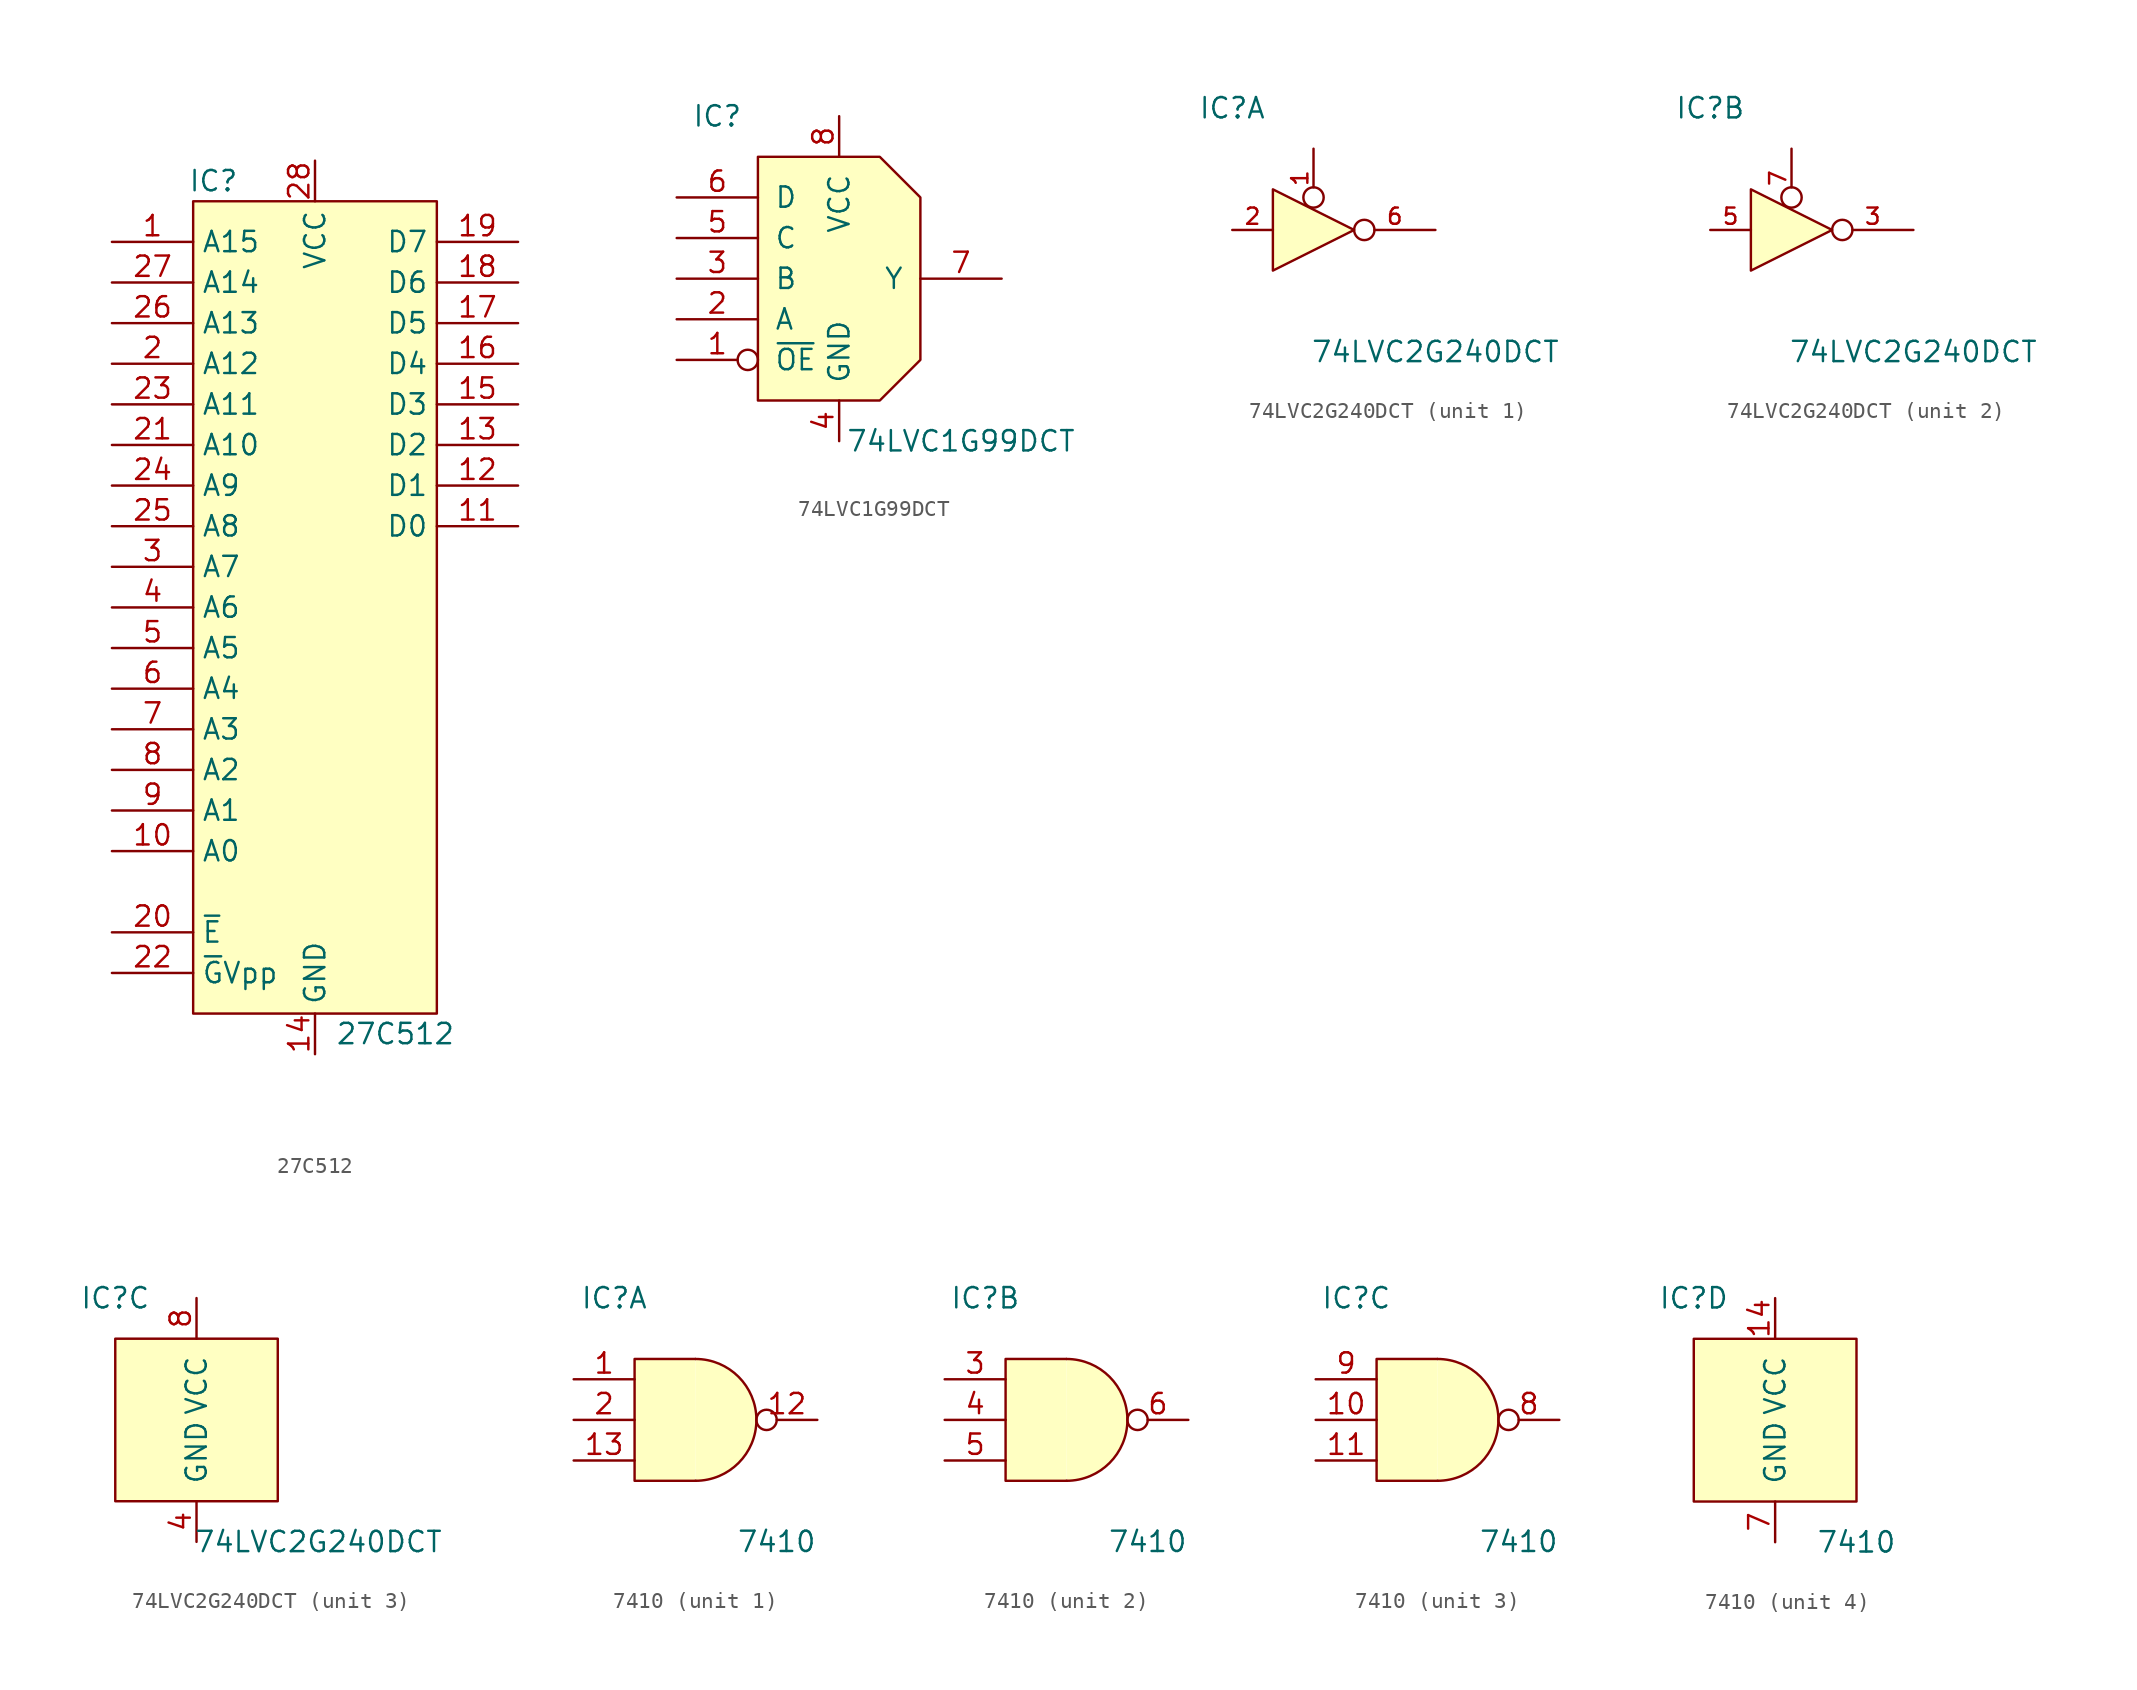
<source format=kicad_sym>
(kicad_symbol_lib
  (version 20211014)
  (generator kicad_symbol_editor)
  (symbol "27C512"
    (property "Reference" "IC"
      (at -6.35 26.67 0)
      (effects (font (size 1.27 1.27))))
    (property "Value" "27C512"
      (at 1.27 -26.67 0)
      (effects (font (size 1.27 1.27)) (justify left)))
    (symbol "27C512_1_1"
      (rectangle (start -7.62 25.4) (end 7.62 -25.4) (stroke (width 0.152) (type default) (color 0 0 0 0)) (fill (type background)))
      (pin input line (at -12.7 22.86 0) (length 5.08) (name "A15" (effects (font (size 1.27 1.27)))) (number "1" (effects (font (size 1.27 1.27)))))
      (pin input line (at -12.7 -15.24 0) (length 5.08) (name "A0" (effects (font (size 1.27 1.27)))) (number "10" (effects (font (size 1.27 1.27)))))
      (pin tri_state line (at 12.7 5.08 180) (length 5.08) (name "D0" (effects (font (size 1.27 1.27)))) (number "11" (effects (font (size 1.27 1.27)))))
      (pin tri_state line (at 12.7 7.62 180) (length 5.08) (name "D1" (effects (font (size 1.27 1.27)))) (number "12" (effects (font (size 1.27 1.27)))))
      (pin tri_state line (at 12.7 10.16 180) (length 5.08) (name "D2" (effects (font (size 1.27 1.27)))) (number "13" (effects (font (size 1.27 1.27)))))
      (pin power_in line (at 0 -27.94 90) (length 2.54) (name "GND" (effects (font (size 1.27 1.27)))) (number "14" (effects (font (size 1.27 1.27)))))
      (pin tri_state line (at 12.7 12.7 180) (length 5.08) (name "D3" (effects (font (size 1.27 1.27)))) (number "15" (effects (font (size 1.27 1.27)))))
      (pin tri_state line (at 12.7 15.24 180) (length 5.08) (name "D4" (effects (font (size 1.27 1.27)))) (number "16" (effects (font (size 1.27 1.27)))))
      (pin tri_state line (at 12.7 17.78 180) (length 5.08) (name "D5" (effects (font (size 1.27 1.27)))) (number "17" (effects (font (size 1.27 1.27)))))
      (pin tri_state line (at 12.7 20.32 180) (length 5.08) (name "D6" (effects (font (size 1.27 1.27)))) (number "18" (effects (font (size 1.27 1.27)))))
      (pin tri_state line (at 12.7 22.86 180) (length 5.08) (name "D7" (effects (font (size 1.27 1.27)))) (number "19" (effects (font (size 1.27 1.27)))))
      (pin input line (at -12.7 15.24 0) (length 5.08) (name "A12" (effects (font (size 1.27 1.27)))) (number "2" (effects (font (size 1.27 1.27)))))
      (pin input line (at -12.7 -20.32 0) (length 5.08) (name "~{E}" (effects (font (size 1.27 1.27)))) (number "20" (effects (font (size 1.27 1.27)))))
      (pin input line (at -12.7 10.16 0) (length 5.08) (name "A10" (effects (font (size 1.27 1.27)))) (number "21" (effects (font (size 1.27 1.27)))))
      (pin input line (at -12.7 -22.86 0) (length 5.08) (name "~{G}Vpp" (effects (font (size 1.27 1.27)))) (number "22" (effects (font (size 1.27 1.27)))))
      (pin input line (at -12.7 12.7 0) (length 5.08) (name "A11" (effects (font (size 1.27 1.27)))) (number "23" (effects (font (size 1.27 1.27)))))
      (pin input line (at -12.7 7.62 0) (length 5.08) (name "A9" (effects (font (size 1.27 1.27)))) (number "24" (effects (font (size 1.27 1.27)))))
      (pin input line (at -12.7 5.08 0) (length 5.08) (name "A8" (effects (font (size 1.27 1.27)))) (number "25" (effects (font (size 1.27 1.27)))))
      (pin input line (at -12.7 17.78 0) (length 5.08) (name "A13" (effects (font (size 1.27 1.27)))) (number "26" (effects (font (size 1.27 1.27)))))
      (pin input line (at -12.7 20.32 0) (length 5.08) (name "A14" (effects (font (size 1.27 1.27)))) (number "27" (effects (font (size 1.27 1.27)))))
      (pin power_in line (at 0 27.94 270) (length 2.54) (name "VCC" (effects (font (size 1.27 1.27)))) (number "28" (effects (font (size 1.27 1.27)))))
      (pin input line (at -12.7 2.54 0) (length 5.08) (name "A7" (effects (font (size 1.27 1.27)))) (number "3" (effects (font (size 1.27 1.27)))))
      (pin input line (at -12.7 0 0) (length 5.08) (name "A6" (effects (font (size 1.27 1.27)))) (number "4" (effects (font (size 1.27 1.27)))))
      (pin input line (at -12.7 -2.54 0) (length 5.08) (name "A5" (effects (font (size 1.27 1.27)))) (number "5" (effects (font (size 1.27 1.27)))))
      (pin input line (at -12.7 -5.08 0) (length 5.08) (name "A4" (effects (font (size 1.27 1.27)))) (number "6" (effects (font (size 1.27 1.27)))))
      (pin input line (at -12.7 -7.62 0) (length 5.08) (name "A3" (effects (font (size 1.27 1.27)))) (number "7" (effects (font (size 1.27 1.27)))))
      (pin input line (at -12.7 -10.16 0) (length 5.08) (name "A2" (effects (font (size 1.27 1.27)))) (number "8" (effects (font (size 1.27 1.27)))))
      (pin input line (at -12.7 -12.7 0) (length 5.08) (name "A1" (effects (font (size 1.27 1.27)))) (number "9" (effects (font (size 1.27 1.27)))))))
  (symbol "74LVC1G99DCT"
    (pin_names
      (offset 1.016))
    (property "Reference" "IC"
      (at -7.62 10.16 0)
      (effects (font (size 1.27 1.27))))
    (property "Value" "74LVC1G99DCT"
      (at 7.62 -10.16 0)
      (effects (font (size 1.27 1.27))))
    (symbol "74LVC1G99DCT_0_1"
      (polyline (pts (xy -5.08 7.62) (xy -5.08 -7.62) (xy 2.54 -7.62) (xy 5.08 -5.08) (xy 5.08 5.08) (xy 2.54 7.62) (xy -5.08 7.62)) (stroke (width 0.152) (type default) (color 0 0 0 0)) (fill (type background))))
    (symbol "74LVC1G99DCT_1_0"
      (pin input inverted (at -10.16 -5.08 0) (length 5.08) (name "~{OE}" (effects (font (size 1.27 1.27)))) (number "1" (effects (font (size 1.27 1.27)))))
      (pin input line (at -10.16 -2.54 0) (length 5.08) (name "A" (effects (font (size 1.27 1.27)))) (number "2" (effects (font (size 1.27 1.27)))))
      (pin input line (at -10.16 0 0) (length 5.08) (name "B" (effects (font (size 1.27 1.27)))) (number "3" (effects (font (size 1.27 1.27)))))
      (pin power_in line (at 0 -10.16 90) (length 2.54) (name "GND" (effects (font (size 1.27 1.27)))) (number "4" (effects (font (size 1.27 1.27)))))
      (pin input line (at -10.16 2.54 0) (length 5.08) (name "C" (effects (font (size 1.27 1.27)))) (number "5" (effects (font (size 1.27 1.27)))))
      (pin input line (at -10.16 5.08 0) (length 5.08) (name "D" (effects (font (size 1.27 1.27)))) (number "6" (effects (font (size 1.27 1.27)))))
      (pin output line (at 10.16 0 180) (length 5.08) (name "Y" (effects (font (size 1.27 1.27)))) (number "7" (effects (font (size 1.27 1.27)))))
      (pin power_in line (at 0 10.16 270) (length 2.54) (name "VCC" (effects (font (size 1.27 1.27)))) (number "8" (effects (font (size 1.27 1.27)))))))
  (symbol "74LVC2G240DCT"
    (pin_names
      (offset 1.016))
    (property "Reference" "IC"
      (at -5.08 7.62 0)
      (effects (font (size 1.27 1.27))))
    (property "Value" "74LVC2G240DCT"
      (at 7.62 -7.62 0)
      (effects (font (size 1.27 1.27))))
    (property "ki_locked" ""
      (at 0 0 0)
      (effects (font (size 1.27 1.27))))
    (symbol "74LVC2G240DCT_1_0"
      (polyline (pts (xy -2.54 2.54) (xy -2.54 -2.54) (xy 2.54 0) (xy -2.54 2.54)) (stroke (width 0.152) (type default) (color 0 0 0 0)) (fill (type background))))
    (symbol "74LVC2G240DCT_1_1"
      (pin input inverted (at 0 5.08 270) (length 3.683) (name "" (effects (font (size 1.016 1.016)))) (number "1" (effects (font (size 1.016 1.016)))))
      (pin input line (at -5.08 0 0) (length 2.54) (name "" (effects (font (size 1.016 1.016)))) (number "2" (effects (font (size 1.016 1.016)))))
      (pin tri_state inverted (at 7.62 0 180) (length 5.08) (name "" (effects (font (size 1.016 1.016)))) (number "6" (effects (font (size 1.016 1.016))))))
    (symbol "74LVC2G240DCT_2_0"
      (polyline (pts (xy -2.54 2.54) (xy -2.54 -2.54) (xy 2.54 0) (xy -2.54 2.54)) (stroke (width 0.152) (type default) (color 0 0 0 0)) (fill (type background))))
    (symbol "74LVC2G240DCT_2_1"
      (pin tri_state inverted (at 7.62 0 180) (length 5.08) (name "" (effects (font (size 1.016 1.016)))) (number "3" (effects (font (size 1.016 1.016)))))
      (pin input line (at -5.08 0 0) (length 2.54) (name "" (effects (font (size 1.016 1.016)))) (number "5" (effects (font (size 1.016 1.016)))))
      (pin input inverted (at 0 5.08 270) (length 3.683) (name "" (effects (font (size 1.016 1.016)))) (number "7" (effects (font (size 1.016 1.016))))))
    (symbol "74LVC2G240DCT_3_0"
      (pin power_in line (at 0 -7.62 90) (length 2.54) (name "GND" (effects (font (size 1.27 1.27)))) (number "4" (effects (font (size 1.27 1.27)))))
      (pin power_in line (at 0 7.62 270) (length 2.54) (name "VCC" (effects (font (size 1.27 1.27)))) (number "8" (effects (font (size 1.27 1.27))))))
    (symbol "74LVC2G240DCT_3_1"
      (rectangle (start -5.08 5.08) (end 5.08 -5.08) (stroke (width 0.152) (type default) (color 0 0 0 0)) (fill (type background)))))
  (symbol "7410"
    (pin_names
      (offset 1.016))
    (property "Reference" "IC"
      (at -5.08 7.62 0)
      (effects (font (size 1.27 1.27))))
    (property "Value" "7410"
      (at 5.08 -7.62 0)
      (effects (font (size 1.27 1.27))))
    (property "ki_locked" ""
      (at 0 0 0)
      (effects (font (size 1.27 1.27))))
    (symbol "7410_1_1"
      (arc (start 0 -3.81) (mid 3.81 0) (end 0 3.81) (stroke (width 0.1524) (type default) (color 0 0 0 0)) (fill (type background)))
      (polyline (pts (xy 0 3.81) (xy -3.81 3.81) (xy -3.81 -3.81) (xy 0 -3.81)) (stroke (width 0.152) (type default) (color 0 0 0 0)) (fill (type background)))
      (pin input line (at -7.62 2.54 0) (length 3.81) (name "~" (effects (font (size 1.27 1.27)))) (number "1" (effects (font (size 1.27 1.27)))))
      (pin output inverted (at 7.62 0 180) (length 3.81) (name "~" (effects (font (size 1.27 1.27)))) (number "12" (effects (font (size 1.27 1.27)))))
      (pin input line (at -7.62 -2.54 0) (length 3.81) (name "~" (effects (font (size 1.27 1.27)))) (number "13" (effects (font (size 1.27 1.27)))))
      (pin input line (at -7.62 0 0) (length 3.81) (name "~" (effects (font (size 1.27 1.27)))) (number "2" (effects (font (size 1.27 1.27))))))
    (symbol "7410_2_1"
      (arc (start 0 -3.81) (mid 3.81 0) (end 0 3.81) (stroke (width 0.1524) (type default) (color 0 0 0 0)) (fill (type background)))
      (polyline (pts (xy 0 3.81) (xy -3.81 3.81) (xy -3.81 -3.81) (xy 0 -3.81)) (stroke (width 0.152) (type default) (color 0 0 0 0)) (fill (type background)))
      (pin input line (at -7.62 2.54 0) (length 3.81) (name "~" (effects (font (size 1.27 1.27)))) (number "3" (effects (font (size 1.27 1.27)))))
      (pin input line (at -7.62 0 0) (length 3.81) (name "~" (effects (font (size 1.27 1.27)))) (number "4" (effects (font (size 1.27 1.27)))))
      (pin input line (at -7.62 -2.54 0) (length 3.81) (name "~" (effects (font (size 1.27 1.27)))) (number "5" (effects (font (size 1.27 1.27)))))
      (pin output inverted (at 7.62 0 180) (length 3.81) (name "~" (effects (font (size 1.27 1.27)))) (number "6" (effects (font (size 1.27 1.27))))))
    (symbol "7410_3_1"
      (arc (start 0 -3.81) (mid 3.81 0) (end 0 3.81) (stroke (width 0.1524) (type default) (color 0 0 0 0)) (fill (type background)))
      (polyline (pts (xy 0 3.81) (xy -3.81 3.81) (xy -3.81 -3.81) (xy 0 -3.81)) (stroke (width 0.152) (type default) (color 0 0 0 0)) (fill (type background)))
      (pin input line (at -7.62 0 0) (length 3.81) (name "~" (effects (font (size 1.27 1.27)))) (number "10" (effects (font (size 1.27 1.27)))))
      (pin input line (at -7.62 -2.54 0) (length 3.81) (name "~" (effects (font (size 1.27 1.27)))) (number "11" (effects (font (size 1.27 1.27)))))
      (pin output inverted (at 7.62 0 180) (length 3.81) (name "~" (effects (font (size 1.27 1.27)))) (number "8" (effects (font (size 1.27 1.27)))))
      (pin input line (at -7.62 2.54 0) (length 3.81) (name "~" (effects (font (size 1.27 1.27)))) (number "9" (effects (font (size 1.27 1.27))))))
    (symbol "7410_4_0"
      (pin power_in line (at 0 7.62 270) (length 2.54) (name "VCC" (effects (font (size 1.27 1.27)))) (number "14" (effects (font (size 1.27 1.27)))))
      (pin power_in line (at 0 -7.62 90) (length 2.54) (name "GND" (effects (font (size 1.27 1.27)))) (number "7" (effects (font (size 1.27 1.27))))))
    (symbol "7410_4_1"
      (rectangle (start -5.08 5.08) (end 5.08 -5.08) (stroke (width 0.152) (type default) (color 0 0 0 0)) (fill (type background))))))
</source>
